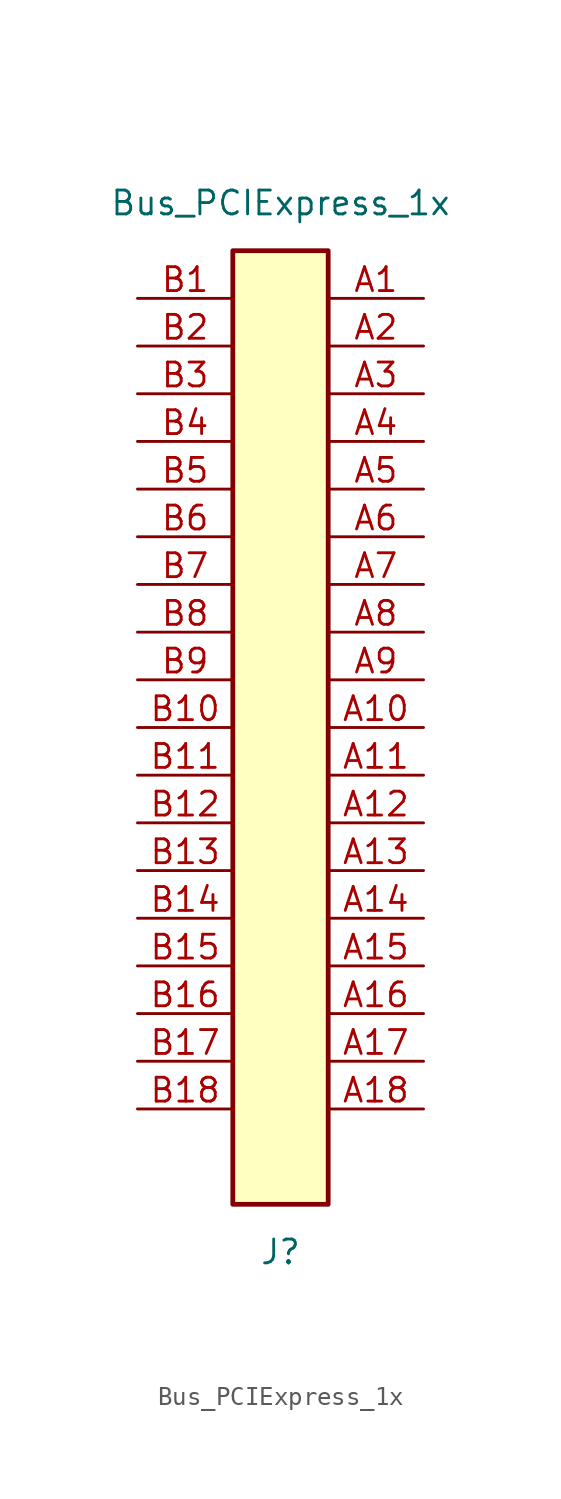
<source format=kicad_sym>
(kicad_symbol_lib
  (version 20201005)
  (generator kicad_symbol_editor)
  (symbol "Connector:Bus_PCIExpress_1x"
    (property "Reference" "J"
      (at 0 -27.94 0)
      (effects (font (size 1.27 1.27))))
    (property "Value" "Bus_PCIExpress_1x"
      (at 0 27.94 0)
      (effects (font (size 1.27 1.27))))
    (symbol "Bus_PCIExpress_1x_0_1"
      (rectangle (start -2.54 25.4) (end 2.54 -25.4) (stroke (width 0.254)) (fill (type background))))
    (symbol "Bus_PCIExpress_1x_1_1"
      (pin passive line (at 7.62 22.86 180) (length 5.08) (name "~" (effects (font (size 1.27 1.27)))) (number "A1" (effects (font (size 1.27 1.27)))))
      (pin passive line (at 7.62 0 180) (length 5.08) (name "~" (effects (font (size 1.27 1.27)))) (number "A10" (effects (font (size 1.27 1.27)))))
      (pin passive line (at 7.62 -2.54 180) (length 5.08) (name "~" (effects (font (size 1.27 1.27)))) (number "A11" (effects (font (size 1.27 1.27)))))
      (pin passive line (at 7.62 -5.08 180) (length 5.08) (name "~" (effects (font (size 1.27 1.27)))) (number "A12" (effects (font (size 1.27 1.27)))))
      (pin passive line (at 7.62 -7.62 180) (length 5.08) (name "~" (effects (font (size 1.27 1.27)))) (number "A13" (effects (font (size 1.27 1.27)))))
      (pin passive line (at 7.62 -10.16 180) (length 5.08) (name "~" (effects (font (size 1.27 1.27)))) (number "A14" (effects (font (size 1.27 1.27)))))
      (pin passive line (at 7.62 -12.7 180) (length 5.08) (name "~" (effects (font (size 1.27 1.27)))) (number "A15" (effects (font (size 1.27 1.27)))))
      (pin passive line (at 7.62 -15.24 180) (length 5.08) (name "~" (effects (font (size 1.27 1.27)))) (number "A16" (effects (font (size 1.27 1.27)))))
      (pin passive line (at 7.62 -17.78 180) (length 5.08) (name "~" (effects (font (size 1.27 1.27)))) (number "A17" (effects (font (size 1.27 1.27)))))
      (pin passive line (at 7.62 -20.32 180) (length 5.08) (name "~" (effects (font (size 1.27 1.27)))) (number "A18" (effects (font (size 1.27 1.27)))))
      (pin passive line (at 7.62 20.32 180) (length 5.08) (name "~" (effects (font (size 1.27 1.27)))) (number "A2" (effects (font (size 1.27 1.27)))))
      (pin passive line (at 7.62 17.78 180) (length 5.08) (name "~" (effects (font (size 1.27 1.27)))) (number "A3" (effects (font (size 1.27 1.27)))))
      (pin passive line (at 7.62 15.24 180) (length 5.08) (name "~" (effects (font (size 1.27 1.27)))) (number "A4" (effects (font (size 1.27 1.27)))))
      (pin passive line (at 7.62 12.7 180) (length 5.08) (name "~" (effects (font (size 1.27 1.27)))) (number "A5" (effects (font (size 1.27 1.27)))))
      (pin passive line (at 7.62 10.16 180) (length 5.08) (name "~" (effects (font (size 1.27 1.27)))) (number "A6" (effects (font (size 1.27 1.27)))))
      (pin passive line (at 7.62 7.62 180) (length 5.08) (name "~" (effects (font (size 1.27 1.27)))) (number "A7" (effects (font (size 1.27 1.27)))))
      (pin passive line (at 7.62 5.08 180) (length 5.08) (name "~" (effects (font (size 1.27 1.27)))) (number "A8" (effects (font (size 1.27 1.27)))))
      (pin passive line (at 7.62 2.54 180) (length 5.08) (name "~" (effects (font (size 1.27 1.27)))) (number "A9" (effects (font (size 1.27 1.27)))))
      (pin passive line (at -7.62 22.86 0) (length 5.08) (name "~" (effects (font (size 1.27 1.27)))) (number "B1" (effects (font (size 1.27 1.27)))))
      (pin passive line (at -7.62 0 0) (length 5.08) (name "~" (effects (font (size 1.27 1.27)))) (number "B10" (effects (font (size 1.27 1.27)))))
      (pin passive line (at -7.62 -2.54 0) (length 5.08) (name "~" (effects (font (size 1.27 1.27)))) (number "B11" (effects (font (size 1.27 1.27)))))
      (pin passive line (at -7.62 -5.08 0) (length 5.08) (name "~" (effects (font (size 1.27 1.27)))) (number "B12" (effects (font (size 1.27 1.27)))))
      (pin passive line (at -7.62 -7.62 0) (length 5.08) (name "~" (effects (font (size 1.27 1.27)))) (number "B13" (effects (font (size 1.27 1.27)))))
      (pin passive line (at -7.62 -10.16 0) (length 5.08) (name "~" (effects (font (size 1.27 1.27)))) (number "B14" (effects (font (size 1.27 1.27)))))
      (pin passive line (at -7.62 -12.7 0) (length 5.08) (name "~" (effects (font (size 1.27 1.27)))) (number "B15" (effects (font (size 1.27 1.27)))))
      (pin passive line (at -7.62 -15.24 0) (length 5.08) (name "~" (effects (font (size 1.27 1.27)))) (number "B16" (effects (font (size 1.27 1.27)))))
      (pin passive line (at -7.62 -17.78 0) (length 5.08) (name "~" (effects (font (size 1.27 1.27)))) (number "B17" (effects (font (size 1.27 1.27)))))
      (pin passive line (at -7.62 -20.32 0) (length 5.08) (name "~" (effects (font (size 1.27 1.27)))) (number "B18" (effects (font (size 1.27 1.27)))))
      (pin passive line (at -7.62 20.32 0) (length 5.08) (name "~" (effects (font (size 1.27 1.27)))) (number "B2" (effects (font (size 1.27 1.27)))))
      (pin passive line (at -7.62 17.78 0) (length 5.08) (name "~" (effects (font (size 1.27 1.27)))) (number "B3" (effects (font (size 1.27 1.27)))))
      (pin passive line (at -7.62 15.24 0) (length 5.08) (name "~" (effects (font (size 1.27 1.27)))) (number "B4" (effects (font (size 1.27 1.27)))))
      (pin passive line (at -7.62 12.7 0) (length 5.08) (name "~" (effects (font (size 1.27 1.27)))) (number "B5" (effects (font (size 1.27 1.27)))))
      (pin passive line (at -7.62 10.16 0) (length 5.08) (name "~" (effects (font (size 1.27 1.27)))) (number "B6" (effects (font (size 1.27 1.27)))))
      (pin passive line (at -7.62 7.62 0) (length 5.08) (name "~" (effects (font (size 1.27 1.27)))) (number "B7" (effects (font (size 1.27 1.27)))))
      (pin passive line (at -7.62 5.08 0) (length 5.08) (name "~" (effects (font (size 1.27 1.27)))) (number "B8" (effects (font (size 1.27 1.27)))))
      (pin passive line (at -7.62 2.54 0) (length 5.08) (name "~" (effects (font (size 1.27 1.27)))) (number "B9" (effects (font (size 1.27 1.27))))))))
</source>
